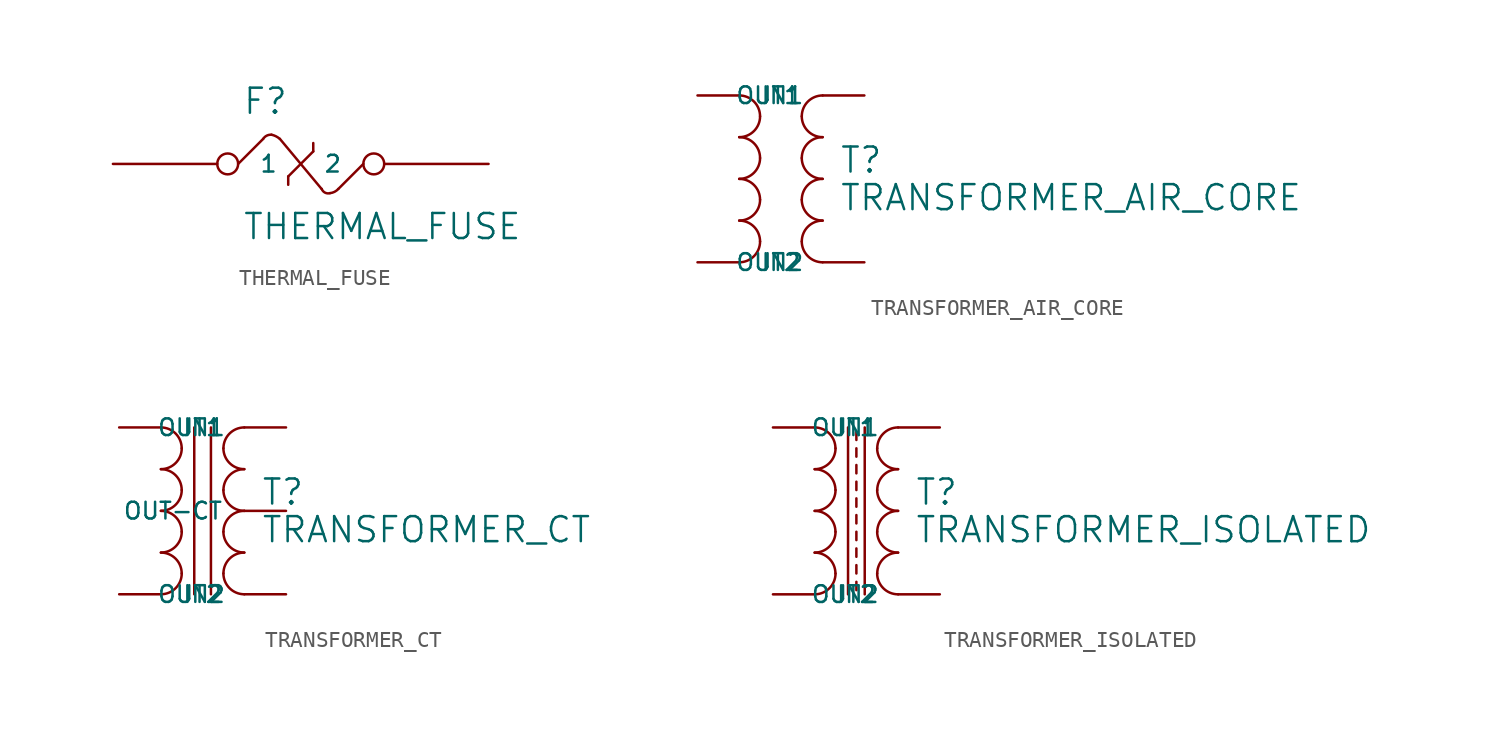
<source format=kicad_sym>
(kicad_symbol_lib
  (version 20231120)
  (generator "kicad_symbol_editor")
  (generator_version "8.0")
  (symbol "THERMAL_FUSE"
    (pin_names
      (offset 1.27))
    (property "Reference" "F"
      (at 0.254 0.381 0)
      (effects (font (size 1.524 1.524)) (justify left bottom)))
    (property "Value" "THERMAL_FUSE"
      (at 0.254 -5.461 0)
      (effects (font (size 1.524 1.524)) (justify left top)))
    (symbol "THERMAL_FUSE_0_1"
      (polyline (pts (xy 0 -2.54) (xy 1.524 -1.016)) (stroke (width 0) (type solid)) (fill (type none)))
      (polyline (pts (xy 3.048 -3.81) (xy 3.048 -3.302)) (stroke (width 0) (type solid)) (fill (type none)))
      (polyline (pts (xy 3.048 -3.302) (xy 4.572 -1.778)) (stroke (width 0) (type solid)) (fill (type none)))
      (polyline (pts (xy 4.572 -1.778) (xy 4.572 -1.27)) (stroke (width 0) (type solid)) (fill (type none)))
      (polyline (pts (xy 5.08 -4.064) (xy 2.54 -1.016)) (stroke (width 0) (type solid)) (fill (type none)))
      (polyline (pts (xy 6.096 -4.064) (xy 7.62 -2.54)) (stroke (width 0) (type solid)) (fill (type none)))
      (arc (start 2.032 -0.762) (mid 1.7404 -0.82) (end 1.524 -1.016) (stroke (width 0) (type solid)) (fill (type none)))
      (arc (start 2.54 -1.016) (mid 2.3069 -0.8603) (end 2.032 -0.762) (stroke (width 0) (type solid)) (fill (type none)))
      (arc (start 5.08 -4.064) (mid 5.2894 -4.2931) (end 5.588 -4.318) (stroke (width 0) (type solid)) (fill (type none)))
      (arc (start 5.588 -4.318) (mid 5.8551 -4.2421) (end 6.096 -4.064) (stroke (width 0) (type solid)) (fill (type none))))
    (symbol "THERMAL_FUSE_1_1"
      (pin passive inverted (at -7.62 -2.54 0) (length 7.62) (name "1" (effects (font (size 1.016 1.016)))) (number "~" (effects (font (size 1.27 1.27)))))
      (pin passive inverted (at 15.24 -2.54 180) (length 7.62) (name "2" (effects (font (size 1.016 1.016)))) (number "~" (effects (font (size 1.27 1.27)))))))
  (symbol "TRANSFORMER_AIR_CORE"
    (pin_names
      (offset 1.27))
    (property "Reference" "T"
      (at 6.096 -4.826 0)
      (effects (font (size 1.524 1.524)) (justify left bottom)))
    (property "Value" "TRANSFORMER_AIR_CORE"
      (at 6.096 -5.334 0)
      (effects (font (size 1.524 1.524)) (justify left top)))
    (symbol "TRANSFORMER_AIR_CORE_0_1"
      (arc (start 0 -10.16) (mid 0.898 -9.788) (end 1.27 -8.89) (stroke (width 0) (type solid)) (fill (type none)))
      (arc (start 0 -7.62) (mid 0.898 -7.248) (end 1.27 -6.35) (stroke (width 0) (type solid)) (fill (type none)))
      (arc (start 0 -5.08) (mid 0.898 -4.708) (end 1.27 -3.81) (stroke (width 0) (type solid)) (fill (type none)))
      (arc (start 0 -2.54) (mid 0.898 -2.168) (end 1.27 -1.27) (stroke (width 0) (type solid)) (fill (type none)))
      (arc (start 1.27 -8.89) (mid 0.898 -7.992) (end 0 -7.62) (stroke (width 0) (type solid)) (fill (type none)))
      (arc (start 1.27 -6.35) (mid 0.898 -5.452) (end 0 -5.08) (stroke (width 0) (type solid)) (fill (type none)))
      (arc (start 1.27 -3.81) (mid 0.898 -2.912) (end 0 -2.54) (stroke (width 0) (type solid)) (fill (type none)))
      (arc (start 1.27 -1.27) (mid 0.898 -0.372) (end 0 0) (stroke (width 0) (type solid)) (fill (type none)))
      (arc (start 3.81 -8.89) (mid 4.182 -9.788) (end 5.08 -10.16) (stroke (width 0) (type solid)) (fill (type none)))
      (arc (start 3.81 -6.35) (mid 4.182 -7.248) (end 5.08 -7.62) (stroke (width 0) (type solid)) (fill (type none)))
      (arc (start 3.81 -3.81) (mid 4.182 -4.708) (end 5.08 -5.08) (stroke (width 0) (type solid)) (fill (type none)))
      (arc (start 3.81 -1.27) (mid 4.182 -2.168) (end 5.08 -2.54) (stroke (width 0) (type solid)) (fill (type none)))
      (arc (start 5.08 -7.62) (mid 4.182 -7.992) (end 3.81 -8.89) (stroke (width 0) (type solid)) (fill (type none)))
      (arc (start 5.08 -5.08) (mid 4.182 -5.452) (end 3.81 -6.35) (stroke (width 0) (type solid)) (fill (type none)))
      (arc (start 5.08 -2.54) (mid 4.182 -2.912) (end 3.81 -3.81) (stroke (width 0) (type solid)) (fill (type none)))
      (arc (start 5.08 0) (mid 4.182 -0.372) (end 3.81 -1.27) (stroke (width 0) (type solid)) (fill (type none))))
    (symbol "TRANSFORMER_AIR_CORE_1_1"
      (pin passive line (at -2.54 0 0) (length 2.54) (name "IN1" (effects (font (size 1.016 1.016)))) (number "~" (effects (font (size 1.27 1.27)))))
      (pin passive line (at -2.54 -10.16 0) (length 2.54) (name "IN2" (effects (font (size 1.016 1.016)))) (number "~" (effects (font (size 1.27 1.27)))))
      (pin passive line (at 7.62 0 180) (length 2.54) (name "OUT1" (effects (font (size 1.016 1.016)))) (number "~" (effects (font (size 1.27 1.27)))))
      (pin passive line (at 7.62 -10.16 180) (length 2.54) (name "OUT2" (effects (font (size 1.016 1.016)))) (number "~" (effects (font (size 1.27 1.27)))))))
  (symbol "TRANSFORMER_CT"
    (pin_names
      (offset 1.27))
    (property "Reference" "T"
      (at 6.096 -4.826 0)
      (effects (font (size 1.524 1.524)) (justify left bottom)))
    (property "Value" "TRANSFORMER_CT"
      (at 6.096 -5.334 0)
      (effects (font (size 1.524 1.524)) (justify left top)))
    (symbol "TRANSFORMER_CT_0_1"
      (arc (start 0 -10.16) (mid 0.898 -9.788) (end 1.27 -8.89) (stroke (width 0) (type solid)) (fill (type none)))
      (arc (start 0 -7.62) (mid 0.898 -7.248) (end 1.27 -6.35) (stroke (width 0) (type solid)) (fill (type none)))
      (arc (start 0 -5.08) (mid 0.898 -4.708) (end 1.27 -3.81) (stroke (width 0) (type solid)) (fill (type none)))
      (arc (start 0 -2.54) (mid 0.898 -2.168) (end 1.27 -1.27) (stroke (width 0) (type solid)) (fill (type none)))
      (polyline (pts (xy 2.032 0) (xy 2.032 -10.16)) (stroke (width 0) (type solid)) (fill (type none)))
      (polyline (pts (xy 3.048 -10.16) (xy 3.048 0)) (stroke (width 0) (type solid)) (fill (type none)))
      (arc (start 1.27 -8.89) (mid 0.898 -7.992) (end 0 -7.62) (stroke (width 0) (type solid)) (fill (type none)))
      (arc (start 1.27 -6.35) (mid 0.898 -5.452) (end 0 -5.08) (stroke (width 0) (type solid)) (fill (type none)))
      (arc (start 1.27 -3.81) (mid 0.898 -2.912) (end 0 -2.54) (stroke (width 0) (type solid)) (fill (type none)))
      (arc (start 1.27 -1.27) (mid 0.898 -0.372) (end 0 0) (stroke (width 0) (type solid)) (fill (type none)))
      (arc (start 3.81 -8.89) (mid 4.182 -9.788) (end 5.08 -10.16) (stroke (width 0) (type solid)) (fill (type none)))
      (arc (start 3.81 -6.35) (mid 4.182 -7.248) (end 5.08 -7.62) (stroke (width 0) (type solid)) (fill (type none)))
      (arc (start 3.81 -3.81) (mid 4.182 -4.708) (end 5.08 -5.08) (stroke (width 0) (type solid)) (fill (type none)))
      (arc (start 3.81 -1.27) (mid 4.182 -2.168) (end 5.08 -2.54) (stroke (width 0) (type solid)) (fill (type none)))
      (arc (start 5.08 -7.62) (mid 4.182 -7.992) (end 3.81 -8.89) (stroke (width 0) (type solid)) (fill (type none)))
      (arc (start 5.08 -5.08) (mid 4.182 -5.452) (end 3.81 -6.35) (stroke (width 0) (type solid)) (fill (type none)))
      (arc (start 5.08 -2.54) (mid 4.182 -2.912) (end 3.81 -3.81) (stroke (width 0) (type solid)) (fill (type none)))
      (arc (start 5.08 0) (mid 4.182 -0.372) (end 3.81 -1.27) (stroke (width 0) (type solid)) (fill (type none))))
    (symbol "TRANSFORMER_CT_1_1"
      (pin passive line (at -2.54 0 0) (length 2.54) (name "IN1" (effects (font (size 1.016 1.016)))) (number "~" (effects (font (size 1.27 1.27)))))
      (pin passive line (at -2.54 -10.16 0) (length 2.54) (name "IN2" (effects (font (size 1.016 1.016)))) (number "~" (effects (font (size 1.27 1.27)))))
      (pin passive line (at 7.62 -5.08 180) (length 2.54) (name "OUT-CT" (effects (font (size 1.016 1.016)))) (number "~" (effects (font (size 1.27 1.27)))))
      (pin passive line (at 7.62 0 180) (length 2.54) (name "OUT1" (effects (font (size 1.016 1.016)))) (number "~" (effects (font (size 1.27 1.27)))))
      (pin passive line (at 7.62 -10.16 180) (length 2.54) (name "OUT2" (effects (font (size 1.016 1.016)))) (number "~" (effects (font (size 1.27 1.27)))))))
  (symbol "TRANSFORMER_ISOLATED"
    (pin_names
      (offset 1.27))
    (property "Reference" "T"
      (at 6.096 -4.826 0)
      (effects (font (size 1.524 1.524)) (justify left bottom)))
    (property "Value" "TRANSFORMER_ISOLATED"
      (at 6.096 -5.334 0)
      (effects (font (size 1.524 1.524)) (justify left top)))
    (symbol "TRANSFORMER_ISOLATED_0_1"
      (arc (start 0 -10.16) (mid 0.898 -9.788) (end 1.27 -8.89) (stroke (width 0) (type solid)) (fill (type none)))
      (arc (start 0 -7.62) (mid 0.898 -7.248) (end 1.27 -6.35) (stroke (width 0) (type solid)) (fill (type none)))
      (arc (start 0 -5.08) (mid 0.898 -4.708) (end 1.27 -3.81) (stroke (width 0) (type solid)) (fill (type none)))
      (arc (start 0 -2.54) (mid 0.898 -2.168) (end 1.27 -1.27) (stroke (width 0) (type solid)) (fill (type none)))
      (polyline (pts (xy 2.032 0) (xy 2.032 -10.16)) (stroke (width 0) (type solid)) (fill (type none)))
      (polyline (pts (xy 2.54 -9.398) (xy 2.54 -9.906)) (stroke (width 0) (type solid)) (fill (type none)))
      (polyline (pts (xy 2.54 -8.382) (xy 2.54 -8.89)) (stroke (width 0) (type solid)) (fill (type none)))
      (polyline (pts (xy 2.54 -7.366) (xy 2.54 -7.874)) (stroke (width 0) (type solid)) (fill (type none)))
      (polyline (pts (xy 2.54 -6.35) (xy 2.54 -6.858)) (stroke (width 0) (type solid)) (fill (type none)))
      (polyline (pts (xy 2.54 -5.334) (xy 2.54 -5.842)) (stroke (width 0) (type solid)) (fill (type none)))
      (polyline (pts (xy 2.54 -4.318) (xy 2.54 -4.826)) (stroke (width 0) (type solid)) (fill (type none)))
      (polyline (pts (xy 2.54 -3.302) (xy 2.54 -3.81)) (stroke (width 0) (type solid)) (fill (type none)))
      (polyline (pts (xy 2.54 -2.286) (xy 2.54 -2.794)) (stroke (width 0) (type solid)) (fill (type none)))
      (polyline (pts (xy 2.54 -1.27) (xy 2.54 -1.778)) (stroke (width 0) (type solid)) (fill (type none)))
      (polyline (pts (xy 2.54 -0.254) (xy 2.54 -0.762)) (stroke (width 0) (type solid)) (fill (type none)))
      (polyline (pts (xy 3.048 -10.16) (xy 3.048 0)) (stroke (width 0) (type solid)) (fill (type none)))
      (arc (start 1.27 -8.89) (mid 0.898 -7.992) (end 0 -7.62) (stroke (width 0) (type solid)) (fill (type none)))
      (arc (start 1.27 -6.35) (mid 0.898 -5.452) (end 0 -5.08) (stroke (width 0) (type solid)) (fill (type none)))
      (arc (start 1.27 -3.81) (mid 0.898 -2.912) (end 0 -2.54) (stroke (width 0) (type solid)) (fill (type none)))
      (arc (start 1.27 -1.27) (mid 0.898 -0.372) (end 0 0) (stroke (width 0) (type solid)) (fill (type none)))
      (arc (start 3.81 -8.89) (mid 4.182 -9.788) (end 5.08 -10.16) (stroke (width 0) (type solid)) (fill (type none)))
      (arc (start 3.81 -6.35) (mid 4.182 -7.248) (end 5.08 -7.62) (stroke (width 0) (type solid)) (fill (type none)))
      (arc (start 3.81 -3.81) (mid 4.182 -4.708) (end 5.08 -5.08) (stroke (width 0) (type solid)) (fill (type none)))
      (arc (start 3.81 -1.27) (mid 4.182 -2.168) (end 5.08 -2.54) (stroke (width 0) (type solid)) (fill (type none)))
      (arc (start 5.08 -7.62) (mid 4.182 -7.992) (end 3.81 -8.89) (stroke (width 0) (type solid)) (fill (type none)))
      (arc (start 5.08 -5.08) (mid 4.182 -5.452) (end 3.81 -6.35) (stroke (width 0) (type solid)) (fill (type none)))
      (arc (start 5.08 -2.54) (mid 4.182 -2.912) (end 3.81 -3.81) (stroke (width 0) (type solid)) (fill (type none)))
      (arc (start 5.08 0) (mid 4.182 -0.372) (end 3.81 -1.27) (stroke (width 0) (type solid)) (fill (type none))))
    (symbol "TRANSFORMER_ISOLATED_1_1"
      (pin passive line (at -2.54 0 0) (length 2.54) (name "IN1" (effects (font (size 1.016 1.016)))) (number "~" (effects (font (size 1.27 1.27)))))
      (pin passive line (at -2.54 -10.16 0) (length 2.54) (name "IN2" (effects (font (size 1.016 1.016)))) (number "~" (effects (font (size 1.27 1.27)))))
      (pin passive line (at 7.62 0 180) (length 2.54) (name "OUT1" (effects (font (size 1.016 1.016)))) (number "~" (effects (font (size 1.27 1.27)))))
      (pin passive line (at 7.62 -10.16 180) (length 2.54) (name "OUT2" (effects (font (size 1.016 1.016)))) (number "~" (effects (font (size 1.27 1.27))))))))
</source>
